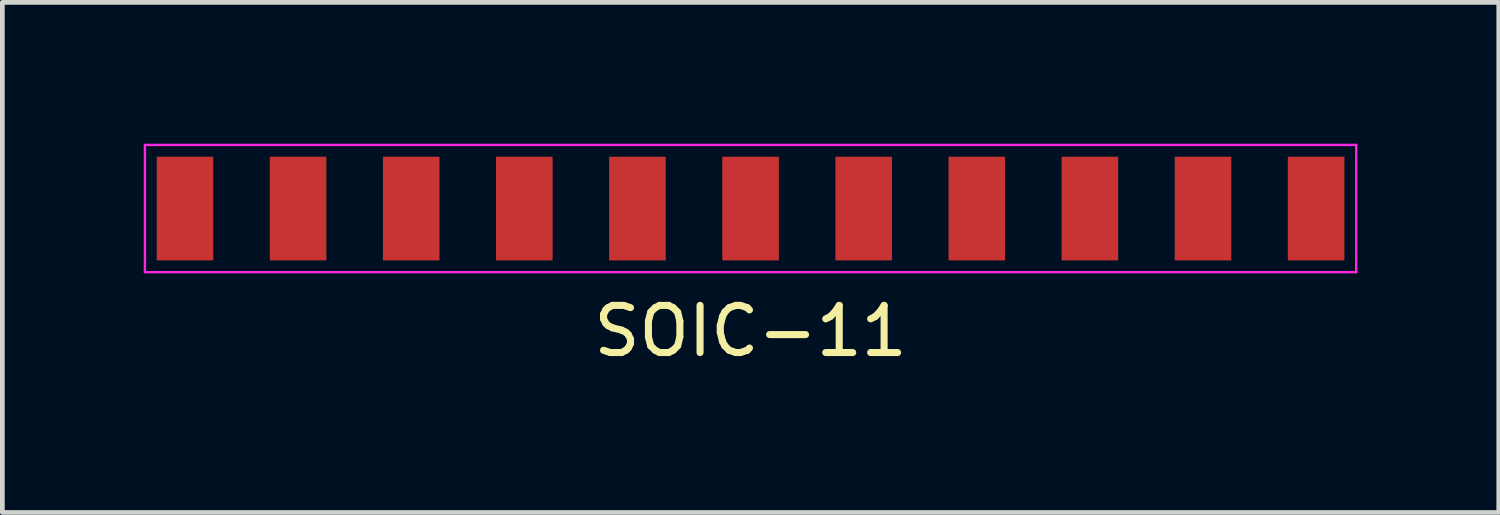
<source format=kicad_pcb>
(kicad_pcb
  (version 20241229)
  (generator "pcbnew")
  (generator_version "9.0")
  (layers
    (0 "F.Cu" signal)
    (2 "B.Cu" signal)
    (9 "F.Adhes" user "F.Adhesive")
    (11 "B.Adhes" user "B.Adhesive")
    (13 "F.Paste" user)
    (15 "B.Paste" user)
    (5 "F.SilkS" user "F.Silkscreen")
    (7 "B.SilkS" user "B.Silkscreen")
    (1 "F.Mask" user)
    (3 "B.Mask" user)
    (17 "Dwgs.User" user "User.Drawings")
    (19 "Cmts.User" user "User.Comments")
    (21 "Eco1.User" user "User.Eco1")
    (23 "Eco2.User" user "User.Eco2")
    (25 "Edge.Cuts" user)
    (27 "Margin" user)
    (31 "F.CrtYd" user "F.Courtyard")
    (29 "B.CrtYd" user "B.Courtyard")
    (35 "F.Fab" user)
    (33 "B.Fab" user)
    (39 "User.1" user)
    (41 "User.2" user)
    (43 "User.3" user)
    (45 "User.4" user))
  (footprint "SOIC-11"
    (layer "F.Cu")
    (at 12.875 1.375)
    (property "Reference" "SOIC-11" (at 0 2.6 0) (layer "F.SilkS") (effects (font (size 1 1) (thickness 0.15))))
    (attr smd)
    (fp_line (start -12.85 -1.35) (end 12.85 -1.35) (stroke (width 0.05) (type default)) (layer "F.CrtYd"))
    (fp_line (start -12.85 1.35) (end -12.85 -1.35) (stroke (width 0.05) (type default)) (layer "F.CrtYd"))
    (fp_line (start 12.85 -1.35) (end 12.85 1.35) (stroke (width 0.05) (type default)) (layer "F.CrtYd"))
    (fp_line (start 12.85 1.35) (end -12.85 1.35) (stroke (width 0.05) (type default)) (layer "F.CrtYd"))
    (pad "1" smd rect (at -12 0) (size 1.2 2.2) (layers "F.Cu" "F.Mask" "F.Paste"))
    (pad "2" smd rect (at -9.6 0) (size 1.2 2.2) (layers "F.Cu" "F.Mask" "F.Paste"))
    (pad "3" smd rect (at -7.2 0) (size 1.2 2.2) (layers "F.Cu" "F.Mask" "F.Paste"))
    (pad "4" smd rect (at -4.8 0) (size 1.2 2.2) (layers "F.Cu" "F.Mask" "F.Paste"))
    (pad "5" smd rect (at -2.4 0) (size 1.2 2.2) (layers "F.Cu" "F.Mask" "F.Paste"))
    (pad "6" smd rect (at 0 0) (size 1.2 2.2) (layers "F.Cu" "F.Mask" "F.Paste"))
    (pad "7" smd rect (at 2.4 0) (size 1.2 2.2) (layers "F.Cu" "F.Mask" "F.Paste"))
    (pad "8" smd rect (at 4.8 0) (size 1.2 2.2) (layers "F.Cu" "F.Mask" "F.Paste"))
    (pad "9" smd rect (at 7.2 0) (size 1.2 2.2) (layers "F.Cu" "F.Mask" "F.Paste"))
    (pad "10" smd rect (at 9.6 0) (size 1.2 2.2) (layers "F.Cu" "F.Mask" "F.Paste"))
    (pad "11" smd rect (at 12 0) (size 1.2 2.2) (layers "F.Cu" "F.Mask" "F.Paste")))
  (gr_rect
    (start -3 -3)
    (end 28.75 7.823)
    (stroke (width 0.1) (type default))
    (fill no)
    (layer "Edge.Cuts")))
</source>
